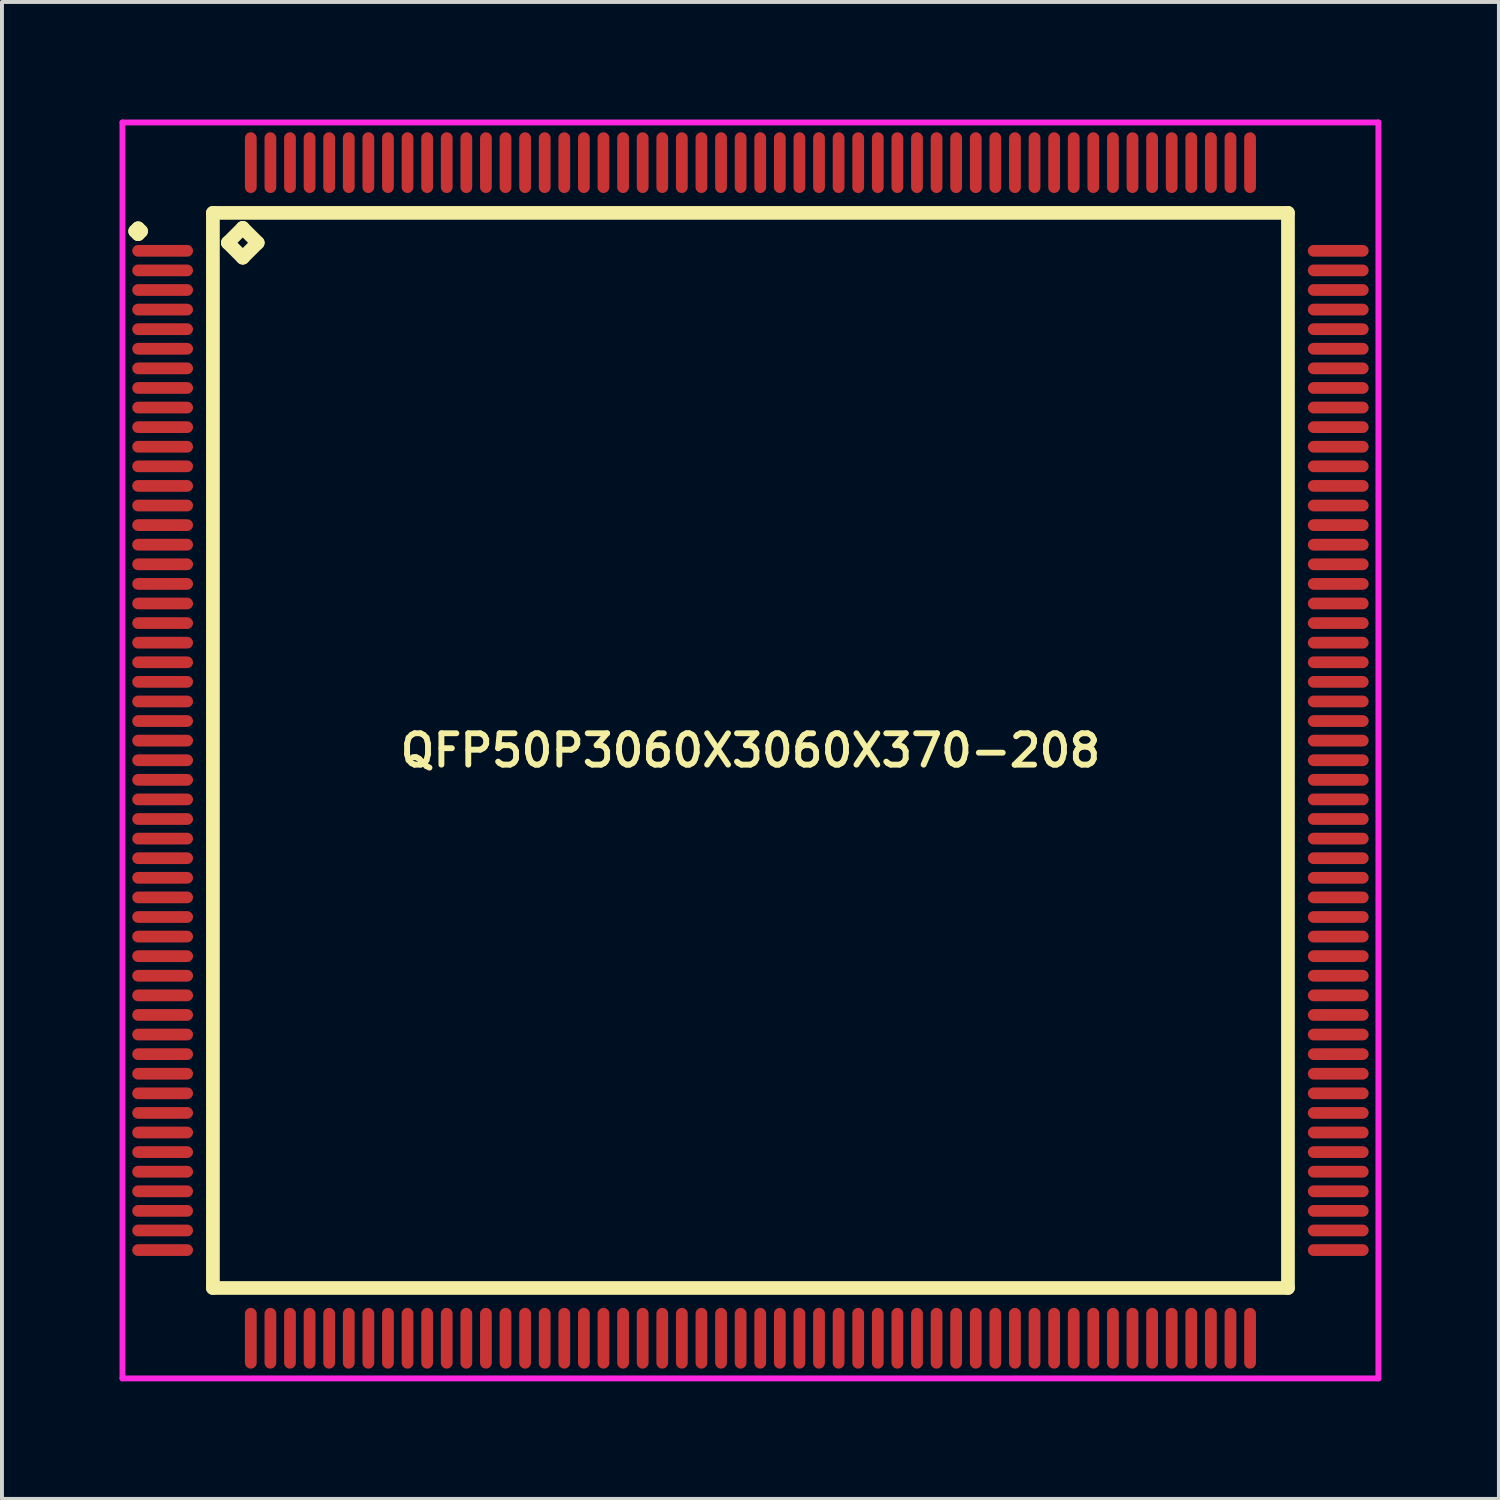
<source format=kicad_pcb>
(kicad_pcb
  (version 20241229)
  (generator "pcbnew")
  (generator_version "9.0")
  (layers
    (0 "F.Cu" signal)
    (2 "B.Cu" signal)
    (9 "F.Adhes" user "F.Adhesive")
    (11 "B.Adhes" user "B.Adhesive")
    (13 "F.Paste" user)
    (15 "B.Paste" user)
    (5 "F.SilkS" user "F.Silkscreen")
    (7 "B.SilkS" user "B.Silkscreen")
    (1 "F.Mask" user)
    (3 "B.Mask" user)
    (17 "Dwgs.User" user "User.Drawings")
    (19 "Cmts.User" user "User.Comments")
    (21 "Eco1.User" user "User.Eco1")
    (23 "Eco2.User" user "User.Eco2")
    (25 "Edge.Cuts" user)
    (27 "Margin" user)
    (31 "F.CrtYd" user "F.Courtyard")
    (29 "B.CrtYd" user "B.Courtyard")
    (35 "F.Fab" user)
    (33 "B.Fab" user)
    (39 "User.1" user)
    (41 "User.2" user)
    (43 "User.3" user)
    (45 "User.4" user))
  (footprint "QFP50P3060X3060X370-208"
    (layer "F.Cu")
    (at 16.1 16.1)
    (property "Reference" "QFP50P3060X3060X370-208" (at 0 0 0) (layer "F.SilkS") (effects (font (size 0.8 0.8) (thickness 0.15))))
    (attr through_hole)
    (fp_line (start -15.7 -13.25) (end -15.625 -13.325) (stroke (width 0.35) (type solid)) (layer "F.SilkS"))
    (fp_line (start -15.625 -13.325) (end -15.55 -13.25) (stroke (width 0.35) (type solid)) (layer "F.SilkS"))
    (fp_line (start -15.625 -13.175) (end -15.7 -13.25) (stroke (width 0.35) (type solid)) (layer "F.SilkS"))
    (fp_line (start -15.55 -13.25) (end -15.625 -13.175) (stroke (width 0.35) (type solid)) (layer "F.SilkS"))
    (fp_line (start -13.717 -13.717) (end -13.717 13.717) (stroke (width 0.35) (type solid)) (layer "F.SilkS"))
    (fp_line (start -13.717 13.717) (end 13.717 13.717) (stroke (width 0.35) (type solid)) (layer "F.SilkS"))
    (fp_line (start -13.336 -12.955) (end -12.955 -13.336) (stroke (width 0.35) (type solid)) (layer "F.SilkS"))
    (fp_line (start -12.955 -13.336) (end -12.574 -12.955) (stroke (width 0.35) (type solid)) (layer "F.SilkS"))
    (fp_line (start -12.955 -12.574) (end -13.336 -12.955) (stroke (width 0.35) (type solid)) (layer "F.SilkS"))
    (fp_line (start -12.574 -12.955) (end -12.955 -12.574) (stroke (width 0.35) (type solid)) (layer "F.SilkS"))
    (fp_line (start 13.717 -13.717) (end -13.717 -13.717) (stroke (width 0.35) (type solid)) (layer "F.SilkS"))
    (fp_line (start 13.717 13.717) (end 13.717 -13.717) (stroke (width 0.35) (type solid)) (layer "F.SilkS"))
    (fp_line (start -16.025 -16.025) (end 16.025 -16.025) (stroke (width 0.15) (type solid)) (layer "F.CrtYd"))
    (fp_line (start -16.025 16.025) (end -16.025 -16.025) (stroke (width 0.15) (type solid)) (layer "F.CrtYd"))
    (fp_line (start 16.025 -16.025) (end 16.025 16.025) (stroke (width 0.15) (type solid)) (layer "F.CrtYd"))
    (fp_line (start 16.025 16.025) (end -16.025 16.025) (stroke (width 0.15) (type solid)) (layer "F.CrtYd"))
    (pad "1" smd oval (at -15 -12.75) (size 1.55 0.3) (layers "F.Cu" "F.Mask" "F.Paste"))
    (pad "2" smd oval (at -15 -12.25) (size 1.55 0.3) (layers "F.Cu" "F.Mask" "F.Paste"))
    (pad "3" smd oval (at -15 -11.75) (size 1.55 0.3) (layers "F.Cu" "F.Mask" "F.Paste"))
    (pad "4" smd oval (at -15 -11.25) (size 1.55 0.3) (layers "F.Cu" "F.Mask" "F.Paste"))
    (pad "5" smd oval (at -15 -10.75) (size 1.55 0.3) (layers "F.Cu" "F.Mask" "F.Paste"))
    (pad "6" smd oval (at -15 -10.25) (size 1.55 0.3) (layers "F.Cu" "F.Mask" "F.Paste"))
    (pad "7" smd oval (at -15 -9.75) (size 1.55 0.3) (layers "F.Cu" "F.Mask" "F.Paste"))
    (pad "8" smd oval (at -15 -9.25) (size 1.55 0.3) (layers "F.Cu" "F.Mask" "F.Paste"))
    (pad "9" smd oval (at -15 -8.75) (size 1.55 0.3) (layers "F.Cu" "F.Mask" "F.Paste"))
    (pad "10" smd oval (at -15 -8.25) (size 1.55 0.3) (layers "F.Cu" "F.Mask" "F.Paste"))
    (pad "11" smd oval (at -15 -7.75) (size 1.55 0.3) (layers "F.Cu" "F.Mask" "F.Paste"))
    (pad "12" smd oval (at -15 -7.25) (size 1.55 0.3) (layers "F.Cu" "F.Mask" "F.Paste"))
    (pad "13" smd oval (at -15 -6.75) (size 1.55 0.3) (layers "F.Cu" "F.Mask" "F.Paste"))
    (pad "14" smd oval (at -15 -6.25) (size 1.55 0.3) (layers "F.Cu" "F.Mask" "F.Paste"))
    (pad "15" smd oval (at -15 -5.75) (size 1.55 0.3) (layers "F.Cu" "F.Mask" "F.Paste"))
    (pad "16" smd oval (at -15 -5.25) (size 1.55 0.3) (layers "F.Cu" "F.Mask" "F.Paste"))
    (pad "17" smd oval (at -15 -4.75) (size 1.55 0.3) (layers "F.Cu" "F.Mask" "F.Paste"))
    (pad "18" smd oval (at -15 -4.25) (size 1.55 0.3) (layers "F.Cu" "F.Mask" "F.Paste"))
    (pad "19" smd oval (at -15 -3.75) (size 1.55 0.3) (layers "F.Cu" "F.Mask" "F.Paste"))
    (pad "20" smd oval (at -15 -3.25) (size 1.55 0.3) (layers "F.Cu" "F.Mask" "F.Paste"))
    (pad "21" smd oval (at -15 -2.75) (size 1.55 0.3) (layers "F.Cu" "F.Mask" "F.Paste"))
    (pad "22" smd oval (at -15 -2.25) (size 1.55 0.3) (layers "F.Cu" "F.Mask" "F.Paste"))
    (pad "23" smd oval (at -15 -1.75) (size 1.55 0.3) (layers "F.Cu" "F.Mask" "F.Paste"))
    (pad "24" smd oval (at -15 -1.25) (size 1.55 0.3) (layers "F.Cu" "F.Mask" "F.Paste"))
    (pad "25" smd oval (at -15 -0.75) (size 1.55 0.3) (layers "F.Cu" "F.Mask" "F.Paste"))
    (pad "26" smd oval (at -15 -0.25) (size 1.55 0.3) (layers "F.Cu" "F.Mask" "F.Paste"))
    (pad "27" smd oval (at -15 0.25) (size 1.55 0.3) (layers "F.Cu" "F.Mask" "F.Paste"))
    (pad "28" smd oval (at -15 0.75) (size 1.55 0.3) (layers "F.Cu" "F.Mask" "F.Paste"))
    (pad "29" smd oval (at -15 1.25) (size 1.55 0.3) (layers "F.Cu" "F.Mask" "F.Paste"))
    (pad "30" smd oval (at -15 1.75) (size 1.55 0.3) (layers "F.Cu" "F.Mask" "F.Paste"))
    (pad "31" smd oval (at -15 2.25) (size 1.55 0.3) (layers "F.Cu" "F.Mask" "F.Paste"))
    (pad "32" smd oval (at -15 2.75) (size 1.55 0.3) (layers "F.Cu" "F.Mask" "F.Paste"))
    (pad "33" smd oval (at -15 3.25) (size 1.55 0.3) (layers "F.Cu" "F.Mask" "F.Paste"))
    (pad "34" smd oval (at -15 3.75) (size 1.55 0.3) (layers "F.Cu" "F.Mask" "F.Paste"))
    (pad "35" smd oval (at -15 4.25) (size 1.55 0.3) (layers "F.Cu" "F.Mask" "F.Paste"))
    (pad "36" smd oval (at -15 4.75) (size 1.55 0.3) (layers "F.Cu" "F.Mask" "F.Paste"))
    (pad "37" smd oval (at -15 5.25) (size 1.55 0.3) (layers "F.Cu" "F.Mask" "F.Paste"))
    (pad "38" smd oval (at -15 5.75) (size 1.55 0.3) (layers "F.Cu" "F.Mask" "F.Paste"))
    (pad "39" smd oval (at -15 6.25) (size 1.55 0.3) (layers "F.Cu" "F.Mask" "F.Paste"))
    (pad "40" smd oval (at -15 6.75) (size 1.55 0.3) (layers "F.Cu" "F.Mask" "F.Paste"))
    (pad "41" smd oval (at -15 7.25) (size 1.55 0.3) (layers "F.Cu" "F.Mask" "F.Paste"))
    (pad "42" smd oval (at -15 7.75) (size 1.55 0.3) (layers "F.Cu" "F.Mask" "F.Paste"))
    (pad "43" smd oval (at -15 8.25) (size 1.55 0.3) (layers "F.Cu" "F.Mask" "F.Paste"))
    (pad "44" smd oval (at -15 8.75) (size 1.55 0.3) (layers "F.Cu" "F.Mask" "F.Paste"))
    (pad "45" smd oval (at -15 9.25) (size 1.55 0.3) (layers "F.Cu" "F.Mask" "F.Paste"))
    (pad "46" smd oval (at -15 9.75) (size 1.55 0.3) (layers "F.Cu" "F.Mask" "F.Paste"))
    (pad "47" smd oval (at -15 10.25) (size 1.55 0.3) (layers "F.Cu" "F.Mask" "F.Paste"))
    (pad "48" smd oval (at -15 10.75) (size 1.55 0.3) (layers "F.Cu" "F.Mask" "F.Paste"))
    (pad "49" smd oval (at -15 11.25) (size 1.55 0.3) (layers "F.Cu" "F.Mask" "F.Paste"))
    (pad "50" smd oval (at -15 11.75) (size 1.55 0.3) (layers "F.Cu" "F.Mask" "F.Paste"))
    (pad "51" smd oval (at -15 12.25) (size 1.55 0.3) (layers "F.Cu" "F.Mask" "F.Paste"))
    (pad "52" smd oval (at -15 12.75) (size 1.55 0.3) (layers "F.Cu" "F.Mask" "F.Paste"))
    (pad "53" smd oval (at -12.75 15) (size 0.3 1.55) (layers "F.Cu" "F.Mask" "F.Paste"))
    (pad "54" smd oval (at -12.25 15) (size 0.3 1.55) (layers "F.Cu" "F.Mask" "F.Paste"))
    (pad "55" smd oval (at -11.75 15) (size 0.3 1.55) (layers "F.Cu" "F.Mask" "F.Paste"))
    (pad "56" smd oval (at -11.25 15) (size 0.3 1.55) (layers "F.Cu" "F.Mask" "F.Paste"))
    (pad "57" smd oval (at -10.75 15) (size 0.3 1.55) (layers "F.Cu" "F.Mask" "F.Paste"))
    (pad "58" smd oval (at -10.25 15) (size 0.3 1.55) (layers "F.Cu" "F.Mask" "F.Paste"))
    (pad "59" smd oval (at -9.75 15) (size 0.3 1.55) (layers "F.Cu" "F.Mask" "F.Paste"))
    (pad "60" smd oval (at -9.25 15) (size 0.3 1.55) (layers "F.Cu" "F.Mask" "F.Paste"))
    (pad "61" smd oval (at -8.75 15) (size 0.3 1.55) (layers "F.Cu" "F.Mask" "F.Paste"))
    (pad "62" smd oval (at -8.25 15) (size 0.3 1.55) (layers "F.Cu" "F.Mask" "F.Paste"))
    (pad "63" smd oval (at -7.75 15) (size 0.3 1.55) (layers "F.Cu" "F.Mask" "F.Paste"))
    (pad "64" smd oval (at -7.25 15) (size 0.3 1.55) (layers "F.Cu" "F.Mask" "F.Paste"))
    (pad "65" smd oval (at -6.75 15) (size 0.3 1.55) (layers "F.Cu" "F.Mask" "F.Paste"))
    (pad "66" smd oval (at -6.25 15) (size 0.3 1.55) (layers "F.Cu" "F.Mask" "F.Paste"))
    (pad "67" smd oval (at -5.75 15) (size 0.3 1.55) (layers "F.Cu" "F.Mask" "F.Paste"))
    (pad "68" smd oval (at -5.25 15) (size 0.3 1.55) (layers "F.Cu" "F.Mask" "F.Paste"))
    (pad "69" smd oval (at -4.75 15) (size 0.3 1.55) (layers "F.Cu" "F.Mask" "F.Paste"))
    (pad "70" smd oval (at -4.25 15) (size 0.3 1.55) (layers "F.Cu" "F.Mask" "F.Paste"))
    (pad "71" smd oval (at -3.75 15) (size 0.3 1.55) (layers "F.Cu" "F.Mask" "F.Paste"))
    (pad "72" smd oval (at -3.25 15) (size 0.3 1.55) (layers "F.Cu" "F.Mask" "F.Paste"))
    (pad "73" smd oval (at -2.75 15) (size 0.3 1.55) (layers "F.Cu" "F.Mask" "F.Paste"))
    (pad "74" smd oval (at -2.25 15) (size 0.3 1.55) (layers "F.Cu" "F.Mask" "F.Paste"))
    (pad "75" smd oval (at -1.75 15) (size 0.3 1.55) (layers "F.Cu" "F.Mask" "F.Paste"))
    (pad "76" smd oval (at -1.25 15) (size 0.3 1.55) (layers "F.Cu" "F.Mask" "F.Paste"))
    (pad "77" smd oval (at -0.75 15) (size 0.3 1.55) (layers "F.Cu" "F.Mask" "F.Paste"))
    (pad "78" smd oval (at -0.25 15) (size 0.3 1.55) (layers "F.Cu" "F.Mask" "F.Paste"))
    (pad "79" smd oval (at 0.25 15) (size 0.3 1.55) (layers "F.Cu" "F.Mask" "F.Paste"))
    (pad "80" smd oval (at 0.75 15) (size 0.3 1.55) (layers "F.Cu" "F.Mask" "F.Paste"))
    (pad "81" smd oval (at 1.25 15) (size 0.3 1.55) (layers "F.Cu" "F.Mask" "F.Paste"))
    (pad "82" smd oval (at 1.75 15) (size 0.3 1.55) (layers "F.Cu" "F.Mask" "F.Paste"))
    (pad "83" smd oval (at 2.25 15) (size 0.3 1.55) (layers "F.Cu" "F.Mask" "F.Paste"))
    (pad "84" smd oval (at 2.75 15) (size 0.3 1.55) (layers "F.Cu" "F.Mask" "F.Paste"))
    (pad "85" smd oval (at 3.25 15) (size 0.3 1.55) (layers "F.Cu" "F.Mask" "F.Paste"))
    (pad "86" smd oval (at 3.75 15) (size 0.3 1.55) (layers "F.Cu" "F.Mask" "F.Paste"))
    (pad "87" smd oval (at 4.25 15) (size 0.3 1.55) (layers "F.Cu" "F.Mask" "F.Paste"))
    (pad "88" smd oval (at 4.75 15) (size 0.3 1.55) (layers "F.Cu" "F.Mask" "F.Paste"))
    (pad "89" smd oval (at 5.25 15) (size 0.3 1.55) (layers "F.Cu" "F.Mask" "F.Paste"))
    (pad "90" smd oval (at 5.75 15) (size 0.3 1.55) (layers "F.Cu" "F.Mask" "F.Paste"))
    (pad "91" smd oval (at 6.25 15) (size 0.3 1.55) (layers "F.Cu" "F.Mask" "F.Paste"))
    (pad "92" smd oval (at 6.75 15) (size 0.3 1.55) (layers "F.Cu" "F.Mask" "F.Paste"))
    (pad "93" smd oval (at 7.25 15) (size 0.3 1.55) (layers "F.Cu" "F.Mask" "F.Paste"))
    (pad "94" smd oval (at 7.75 15) (size 0.3 1.55) (layers "F.Cu" "F.Mask" "F.Paste"))
    (pad "95" smd oval (at 8.25 15) (size 0.3 1.55) (layers "F.Cu" "F.Mask" "F.Paste"))
    (pad "96" smd oval (at 8.75 15) (size 0.3 1.55) (layers "F.Cu" "F.Mask" "F.Paste"))
    (pad "97" smd oval (at 9.25 15) (size 0.3 1.55) (layers "F.Cu" "F.Mask" "F.Paste"))
    (pad "98" smd oval (at 9.75 15) (size 0.3 1.55) (layers "F.Cu" "F.Mask" "F.Paste"))
    (pad "99" smd oval (at 10.25 15) (size 0.3 1.55) (layers "F.Cu" "F.Mask" "F.Paste"))
    (pad "100" smd oval (at 10.75 15) (size 0.3 1.55) (layers "F.Cu" "F.Mask" "F.Paste"))
    (pad "101" smd oval (at 11.25 15) (size 0.3 1.55) (layers "F.Cu" "F.Mask" "F.Paste"))
    (pad "102" smd oval (at 11.75 15) (size 0.3 1.55) (layers "F.Cu" "F.Mask" "F.Paste"))
    (pad "103" smd oval (at 12.25 15) (size 0.3 1.55) (layers "F.Cu" "F.Mask" "F.Paste"))
    (pad "104" smd oval (at 12.75 15) (size 0.3 1.55) (layers "F.Cu" "F.Mask" "F.Paste"))
    (pad "105" smd oval (at 15 12.75) (size 1.55 0.3) (layers "F.Cu" "F.Mask" "F.Paste"))
    (pad "106" smd oval (at 15 12.25) (size 1.55 0.3) (layers "F.Cu" "F.Mask" "F.Paste"))
    (pad "107" smd oval (at 15 11.75) (size 1.55 0.3) (layers "F.Cu" "F.Mask" "F.Paste"))
    (pad "108" smd oval (at 15 11.25) (size 1.55 0.3) (layers "F.Cu" "F.Mask" "F.Paste"))
    (pad "109" smd oval (at 15 10.75) (size 1.55 0.3) (layers "F.Cu" "F.Mask" "F.Paste"))
    (pad "110" smd oval (at 15 10.25) (size 1.55 0.3) (layers "F.Cu" "F.Mask" "F.Paste"))
    (pad "111" smd oval (at 15 9.75) (size 1.55 0.3) (layers "F.Cu" "F.Mask" "F.Paste"))
    (pad "112" smd oval (at 15 9.25) (size 1.55 0.3) (layers "F.Cu" "F.Mask" "F.Paste"))
    (pad "113" smd oval (at 15 8.75) (size 1.55 0.3) (layers "F.Cu" "F.Mask" "F.Paste"))
    (pad "114" smd oval (at 15 8.25) (size 1.55 0.3) (layers "F.Cu" "F.Mask" "F.Paste"))
    (pad "115" smd oval (at 15 7.75) (size 1.55 0.3) (layers "F.Cu" "F.Mask" "F.Paste"))
    (pad "116" smd oval (at 15 7.25) (size 1.55 0.3) (layers "F.Cu" "F.Mask" "F.Paste"))
    (pad "117" smd oval (at 15 6.75) (size 1.55 0.3) (layers "F.Cu" "F.Mask" "F.Paste"))
    (pad "118" smd oval (at 15 6.25) (size 1.55 0.3) (layers "F.Cu" "F.Mask" "F.Paste"))
    (pad "119" smd oval (at 15 5.75) (size 1.55 0.3) (layers "F.Cu" "F.Mask" "F.Paste"))
    (pad "120" smd oval (at 15 5.25) (size 1.55 0.3) (layers "F.Cu" "F.Mask" "F.Paste"))
    (pad "121" smd oval (at 15 4.75) (size 1.55 0.3) (layers "F.Cu" "F.Mask" "F.Paste"))
    (pad "122" smd oval (at 15 4.25) (size 1.55 0.3) (layers "F.Cu" "F.Mask" "F.Paste"))
    (pad "123" smd oval (at 15 3.75) (size 1.55 0.3) (layers "F.Cu" "F.Mask" "F.Paste"))
    (pad "124" smd oval (at 15 3.25) (size 1.55 0.3) (layers "F.Cu" "F.Mask" "F.Paste"))
    (pad "125" smd oval (at 15 2.75) (size 1.55 0.3) (layers "F.Cu" "F.Mask" "F.Paste"))
    (pad "126" smd oval (at 15 2.25) (size 1.55 0.3) (layers "F.Cu" "F.Mask" "F.Paste"))
    (pad "127" smd oval (at 15 1.75) (size 1.55 0.3) (layers "F.Cu" "F.Mask" "F.Paste"))
    (pad "128" smd oval (at 15 1.25) (size 1.55 0.3) (layers "F.Cu" "F.Mask" "F.Paste"))
    (pad "129" smd oval (at 15 0.75) (size 1.55 0.3) (layers "F.Cu" "F.Mask" "F.Paste"))
    (pad "130" smd oval (at 15 0.25) (size 1.55 0.3) (layers "F.Cu" "F.Mask" "F.Paste"))
    (pad "131" smd oval (at 15 -0.25) (size 1.55 0.3) (layers "F.Cu" "F.Mask" "F.Paste"))
    (pad "132" smd oval (at 15 -0.75) (size 1.55 0.3) (layers "F.Cu" "F.Mask" "F.Paste"))
    (pad "133" smd oval (at 15 -1.25) (size 1.55 0.3) (layers "F.Cu" "F.Mask" "F.Paste"))
    (pad "134" smd oval (at 15 -1.75) (size 1.55 0.3) (layers "F.Cu" "F.Mask" "F.Paste"))
    (pad "135" smd oval (at 15 -2.25) (size 1.55 0.3) (layers "F.Cu" "F.Mask" "F.Paste"))
    (pad "136" smd oval (at 15 -2.75) (size 1.55 0.3) (layers "F.Cu" "F.Mask" "F.Paste"))
    (pad "137" smd oval (at 15 -3.25) (size 1.55 0.3) (layers "F.Cu" "F.Mask" "F.Paste"))
    (pad "138" smd oval (at 15 -3.75) (size 1.55 0.3) (layers "F.Cu" "F.Mask" "F.Paste"))
    (pad "139" smd oval (at 15 -4.25) (size 1.55 0.3) (layers "F.Cu" "F.Mask" "F.Paste"))
    (pad "140" smd oval (at 15 -4.75) (size 1.55 0.3) (layers "F.Cu" "F.Mask" "F.Paste"))
    (pad "141" smd oval (at 15 -5.25) (size 1.55 0.3) (layers "F.Cu" "F.Mask" "F.Paste"))
    (pad "142" smd oval (at 15 -5.75) (size 1.55 0.3) (layers "F.Cu" "F.Mask" "F.Paste"))
    (pad "143" smd oval (at 15 -6.25) (size 1.55 0.3) (layers "F.Cu" "F.Mask" "F.Paste"))
    (pad "144" smd oval (at 15 -6.75) (size 1.55 0.3) (layers "F.Cu" "F.Mask" "F.Paste"))
    (pad "145" smd oval (at 15 -7.25) (size 1.55 0.3) (layers "F.Cu" "F.Mask" "F.Paste"))
    (pad "146" smd oval (at 15 -7.75) (size 1.55 0.3) (layers "F.Cu" "F.Mask" "F.Paste"))
    (pad "147" smd oval (at 15 -8.25) (size 1.55 0.3) (layers "F.Cu" "F.Mask" "F.Paste"))
    (pad "148" smd oval (at 15 -8.75) (size 1.55 0.3) (layers "F.Cu" "F.Mask" "F.Paste"))
    (pad "149" smd oval (at 15 -9.25) (size 1.55 0.3) (layers "F.Cu" "F.Mask" "F.Paste"))
    (pad "150" smd oval (at 15 -9.75) (size 1.55 0.3) (layers "F.Cu" "F.Mask" "F.Paste"))
    (pad "151" smd oval (at 15 -10.25) (size 1.55 0.3) (layers "F.Cu" "F.Mask" "F.Paste"))
    (pad "152" smd oval (at 15 -10.75) (size 1.55 0.3) (layers "F.Cu" "F.Mask" "F.Paste"))
    (pad "153" smd oval (at 15 -11.25) (size 1.55 0.3) (layers "F.Cu" "F.Mask" "F.Paste"))
    (pad "154" smd oval (at 15 -11.75) (size 1.55 0.3) (layers "F.Cu" "F.Mask" "F.Paste"))
    (pad "155" smd oval (at 15 -12.25) (size 1.55 0.3) (layers "F.Cu" "F.Mask" "F.Paste"))
    (pad "156" smd oval (at 15 -12.75) (size 1.55 0.3) (layers "F.Cu" "F.Mask" "F.Paste"))
    (pad "157" smd oval (at 12.75 -15) (size 0.3 1.55) (layers "F.Cu" "F.Mask" "F.Paste"))
    (pad "158" smd oval (at 12.25 -15) (size 0.3 1.55) (layers "F.Cu" "F.Mask" "F.Paste"))
    (pad "159" smd oval (at 11.75 -15) (size 0.3 1.55) (layers "F.Cu" "F.Mask" "F.Paste"))
    (pad "160" smd oval (at 11.25 -15) (size 0.3 1.55) (layers "F.Cu" "F.Mask" "F.Paste"))
    (pad "161" smd oval (at 10.75 -15) (size 0.3 1.55) (layers "F.Cu" "F.Mask" "F.Paste"))
    (pad "162" smd oval (at 10.25 -15) (size 0.3 1.55) (layers "F.Cu" "F.Mask" "F.Paste"))
    (pad "163" smd oval (at 9.75 -15) (size 0.3 1.55) (layers "F.Cu" "F.Mask" "F.Paste"))
    (pad "164" smd oval (at 9.25 -15) (size 0.3 1.55) (layers "F.Cu" "F.Mask" "F.Paste"))
    (pad "165" smd oval (at 8.75 -15) (size 0.3 1.55) (layers "F.Cu" "F.Mask" "F.Paste"))
    (pad "166" smd oval (at 8.25 -15) (size 0.3 1.55) (layers "F.Cu" "F.Mask" "F.Paste"))
    (pad "167" smd oval (at 7.75 -15) (size 0.3 1.55) (layers "F.Cu" "F.Mask" "F.Paste"))
    (pad "168" smd oval (at 7.25 -15) (size 0.3 1.55) (layers "F.Cu" "F.Mask" "F.Paste"))
    (pad "169" smd oval (at 6.75 -15) (size 0.3 1.55) (layers "F.Cu" "F.Mask" "F.Paste"))
    (pad "170" smd oval (at 6.25 -15) (size 0.3 1.55) (layers "F.Cu" "F.Mask" "F.Paste"))
    (pad "171" smd oval (at 5.75 -15) (size 0.3 1.55) (layers "F.Cu" "F.Mask" "F.Paste"))
    (pad "172" smd oval (at 5.25 -15) (size 0.3 1.55) (layers "F.Cu" "F.Mask" "F.Paste"))
    (pad "173" smd oval (at 4.75 -15) (size 0.3 1.55) (layers "F.Cu" "F.Mask" "F.Paste"))
    (pad "174" smd oval (at 4.25 -15) (size 0.3 1.55) (layers "F.Cu" "F.Mask" "F.Paste"))
    (pad "175" smd oval (at 3.75 -15) (size 0.3 1.55) (layers "F.Cu" "F.Mask" "F.Paste"))
    (pad "176" smd oval (at 3.25 -15) (size 0.3 1.55) (layers "F.Cu" "F.Mask" "F.Paste"))
    (pad "177" smd oval (at 2.75 -15) (size 0.3 1.55) (layers "F.Cu" "F.Mask" "F.Paste"))
    (pad "178" smd oval (at 2.25 -15) (size 0.3 1.55) (layers "F.Cu" "F.Mask" "F.Paste"))
    (pad "179" smd oval (at 1.75 -15) (size 0.3 1.55) (layers "F.Cu" "F.Mask" "F.Paste"))
    (pad "180" smd oval (at 1.25 -15) (size 0.3 1.55) (layers "F.Cu" "F.Mask" "F.Paste"))
    (pad "181" smd oval (at 0.75 -15) (size 0.3 1.55) (layers "F.Cu" "F.Mask" "F.Paste"))
    (pad "182" smd oval (at 0.25 -15) (size 0.3 1.55) (layers "F.Cu" "F.Mask" "F.Paste"))
    (pad "183" smd oval (at -0.25 -15) (size 0.3 1.55) (layers "F.Cu" "F.Mask" "F.Paste"))
    (pad "184" smd oval (at -0.75 -15) (size 0.3 1.55) (layers "F.Cu" "F.Mask" "F.Paste"))
    (pad "185" smd oval (at -1.25 -15) (size 0.3 1.55) (layers "F.Cu" "F.Mask" "F.Paste"))
    (pad "186" smd oval (at -1.75 -15) (size 0.3 1.55) (layers "F.Cu" "F.Mask" "F.Paste"))
    (pad "187" smd oval (at -2.25 -15) (size 0.3 1.55) (layers "F.Cu" "F.Mask" "F.Paste"))
    (pad "188" smd oval (at -2.75 -15) (size 0.3 1.55) (layers "F.Cu" "F.Mask" "F.Paste"))
    (pad "189" smd oval (at -3.25 -15) (size 0.3 1.55) (layers "F.Cu" "F.Mask" "F.Paste"))
    (pad "190" smd oval (at -3.75 -15) (size 0.3 1.55) (layers "F.Cu" "F.Mask" "F.Paste"))
    (pad "191" smd oval (at -4.25 -15) (size 0.3 1.55) (layers "F.Cu" "F.Mask" "F.Paste"))
    (pad "192" smd oval (at -4.75 -15) (size 0.3 1.55) (layers "F.Cu" "F.Mask" "F.Paste"))
    (pad "193" smd oval (at -5.25 -15) (size 0.3 1.55) (layers "F.Cu" "F.Mask" "F.Paste"))
    (pad "194" smd oval (at -5.75 -15) (size 0.3 1.55) (layers "F.Cu" "F.Mask" "F.Paste"))
    (pad "195" smd oval (at -6.25 -15) (size 0.3 1.55) (layers "F.Cu" "F.Mask" "F.Paste"))
    (pad "196" smd oval (at -6.75 -15) (size 0.3 1.55) (layers "F.Cu" "F.Mask" "F.Paste"))
    (pad "197" smd oval (at -7.25 -15) (size 0.3 1.55) (layers "F.Cu" "F.Mask" "F.Paste"))
    (pad "198" smd oval (at -7.75 -15) (size 0.3 1.55) (layers "F.Cu" "F.Mask" "F.Paste"))
    (pad "199" smd oval (at -8.25 -15) (size 0.3 1.55) (layers "F.Cu" "F.Mask" "F.Paste"))
    (pad "200" smd oval (at -8.75 -15) (size 0.3 1.55) (layers "F.Cu" "F.Mask" "F.Paste"))
    (pad "201" smd oval (at -9.25 -15) (size 0.3 1.55) (layers "F.Cu" "F.Mask" "F.Paste"))
    (pad "202" smd oval (at -9.75 -15) (size 0.3 1.55) (layers "F.Cu" "F.Mask" "F.Paste"))
    (pad "203" smd oval (at -10.25 -15) (size 0.3 1.55) (layers "F.Cu" "F.Mask" "F.Paste"))
    (pad "204" smd oval (at -10.75 -15) (size 0.3 1.55) (layers "F.Cu" "F.Mask" "F.Paste"))
    (pad "205" smd oval (at -11.25 -15) (size 0.3 1.55) (layers "F.Cu" "F.Mask" "F.Paste"))
    (pad "206" smd oval (at -11.75 -15) (size 0.3 1.55) (layers "F.Cu" "F.Mask" "F.Paste"))
    (pad "207" smd oval (at -12.25 -15) (size 0.3 1.55) (layers "F.Cu" "F.Mask" "F.Paste"))
    (pad "208" smd oval (at -12.75 -15) (size 0.3 1.55) (layers "F.Cu" "F.Mask" "F.Paste")))
  (gr_rect
    (start -3 -3)
    (end 35.2 35.2)
    (stroke (width 0.1) (type default))
    (fill no)
    (layer "Edge.Cuts")))
</source>
